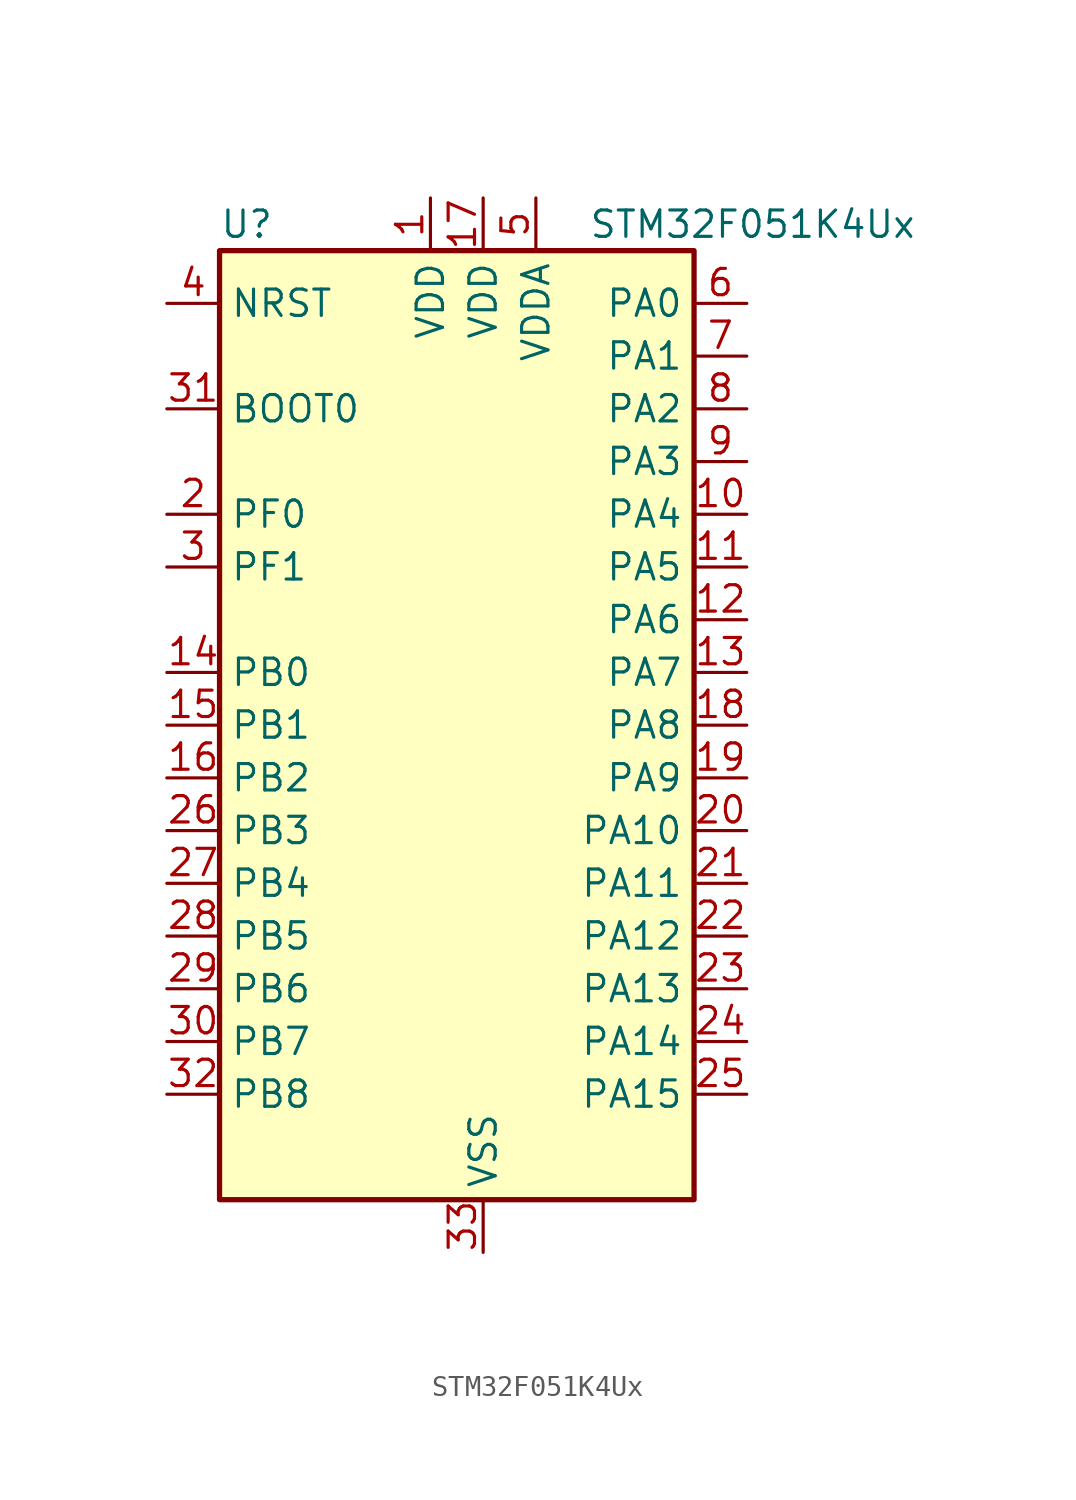
<source format=kicad_sym>
(kicad_symbol_lib
  (version 20220914)
  (generator kicad_symbol_editor)
  (symbol "STM32F051K4Ux"
    (property "Reference" "U"
      (at -10.16 24.13 0)
      (effects (font (size 1.27 1.27)) (justify left)))
    (property "Value" "STM32F051K4Ux"
      (at 7.62 24.13 0)
      (effects (font (size 1.27 1.27)) (justify left)))
    (property "ki_locked" ""
      (at 0 0 0)
      (effects (font (size 1.27 1.27))))
    (symbol "STM32F051K4Ux_0_1"
      (rectangle (start -10.16 -22.86) (end 12.7 22.86) (stroke (width 0.254) (type default)) (fill (type background))))
    (symbol "STM32F051K4Ux_1_1"
      (pin power_in line (at 0 25.4 270) (length 2.54) (name "VDD" (effects (font (size 1.27 1.27)))) (number "1" (effects (font (size 1.27 1.27)))))
      (pin bidirectional line (at 15.24 10.16 180) (length 2.54) (name "PA4" (effects (font (size 1.27 1.27)))) (number "10" (effects (font (size 1.27 1.27)))) (alternate "ADC_IN4" bidirectional line) (alternate "COMP1_INM" bidirectional line) (alternate "COMP2_INM" bidirectional line) (alternate "DAC1_OUT1" bidirectional line) (alternate "I2S1_WS" bidirectional line) (alternate "SPI1_NSS" bidirectional line) (alternate "TIM14_CH1" bidirectional line) (alternate "TSC_G2_IO1" bidirectional line))
      (pin bidirectional line (at 15.24 7.62 180) (length 2.54) (name "PA5" (effects (font (size 1.27 1.27)))) (number "11" (effects (font (size 1.27 1.27)))) (alternate "ADC_IN5" bidirectional line) (alternate "CEC" bidirectional line) (alternate "COMP1_INM" bidirectional line) (alternate "COMP2_INM" bidirectional line) (alternate "I2S1_CK" bidirectional line) (alternate "SPI1_SCK" bidirectional line) (alternate "TIM2_CH1" bidirectional line) (alternate "TIM2_ETR" bidirectional line) (alternate "TSC_G2_IO2" bidirectional line))
      (pin bidirectional line (at 15.24 5.08 180) (length 2.54) (name "PA6" (effects (font (size 1.27 1.27)))) (number "12" (effects (font (size 1.27 1.27)))) (alternate "ADC_IN6" bidirectional line) (alternate "COMP1_OUT" bidirectional line) (alternate "I2S1_MCK" bidirectional line) (alternate "SPI1_MISO" bidirectional line) (alternate "TIM16_CH1" bidirectional line) (alternate "TIM1_BKIN" bidirectional line) (alternate "TIM3_CH1" bidirectional line) (alternate "TSC_G2_IO3" bidirectional line))
      (pin bidirectional line (at 15.24 2.54 180) (length 2.54) (name "PA7" (effects (font (size 1.27 1.27)))) (number "13" (effects (font (size 1.27 1.27)))) (alternate "ADC_IN7" bidirectional line) (alternate "COMP2_OUT" bidirectional line) (alternate "I2S1_SD" bidirectional line) (alternate "SPI1_MOSI" bidirectional line) (alternate "TIM14_CH1" bidirectional line) (alternate "TIM17_CH1" bidirectional line) (alternate "TIM1_CH1N" bidirectional line) (alternate "TIM3_CH2" bidirectional line) (alternate "TSC_G2_IO4" bidirectional line))
      (pin bidirectional line (at -12.7 2.54 0) (length 2.54) (name "PB0" (effects (font (size 1.27 1.27)))) (number "14" (effects (font (size 1.27 1.27)))) (alternate "ADC_IN8" bidirectional line) (alternate "TIM1_CH2N" bidirectional line) (alternate "TIM3_CH3" bidirectional line) (alternate "TSC_G3_IO2" bidirectional line))
      (pin bidirectional line (at -12.7 0 0) (length 2.54) (name "PB1" (effects (font (size 1.27 1.27)))) (number "15" (effects (font (size 1.27 1.27)))) (alternate "ADC_IN9" bidirectional line) (alternate "TIM14_CH1" bidirectional line) (alternate "TIM1_CH3N" bidirectional line) (alternate "TIM3_CH4" bidirectional line) (alternate "TSC_G3_IO3" bidirectional line))
      (pin bidirectional line (at -12.7 -2.54 0) (length 2.54) (name "PB2" (effects (font (size 1.27 1.27)))) (number "16" (effects (font (size 1.27 1.27)))) (alternate "TSC_G3_IO4" bidirectional line))
      (pin power_in line (at 2.54 25.4 270) (length 2.54) (name "VDD" (effects (font (size 1.27 1.27)))) (number "17" (effects (font (size 1.27 1.27)))))
      (pin bidirectional line (at 15.24 0 180) (length 2.54) (name "PA8" (effects (font (size 1.27 1.27)))) (number "18" (effects (font (size 1.27 1.27)))) (alternate "RCC_MCO" bidirectional line) (alternate "TIM1_CH1" bidirectional line) (alternate "USART1_CK" bidirectional line))
      (pin bidirectional line (at 15.24 -2.54 180) (length 2.54) (name "PA9" (effects (font (size 1.27 1.27)))) (number "19" (effects (font (size 1.27 1.27)))) (alternate "DAC1_EXTI9" bidirectional line) (alternate "TIM15_BKIN" bidirectional line) (alternate "TIM1_CH2" bidirectional line) (alternate "TSC_G4_IO1" bidirectional line) (alternate "USART1_TX" bidirectional line))
      (pin bidirectional line (at -12.7 10.16 0) (length 2.54) (name "PF0" (effects (font (size 1.27 1.27)))) (number "2" (effects (font (size 1.27 1.27)))) (alternate "RCC_OSC_IN" bidirectional line))
      (pin bidirectional line (at 15.24 -5.08 180) (length 2.54) (name "PA10" (effects (font (size 1.27 1.27)))) (number "20" (effects (font (size 1.27 1.27)))) (alternate "TIM17_BKIN" bidirectional line) (alternate "TIM1_CH3" bidirectional line) (alternate "TSC_G4_IO2" bidirectional line) (alternate "USART1_RX" bidirectional line))
      (pin bidirectional line (at 15.24 -7.62 180) (length 2.54) (name "PA11" (effects (font (size 1.27 1.27)))) (number "21" (effects (font (size 1.27 1.27)))) (alternate "COMP1_OUT" bidirectional line) (alternate "TIM1_CH4" bidirectional line) (alternate "TSC_G4_IO3" bidirectional line) (alternate "USART1_CTS" bidirectional line))
      (pin bidirectional line (at 15.24 -10.16 180) (length 2.54) (name "PA12" (effects (font (size 1.27 1.27)))) (number "22" (effects (font (size 1.27 1.27)))) (alternate "COMP2_OUT" bidirectional line) (alternate "TIM1_ETR" bidirectional line) (alternate "TSC_G4_IO4" bidirectional line) (alternate "USART1_DE" bidirectional line) (alternate "USART1_RTS" bidirectional line))
      (pin bidirectional line (at 15.24 -12.7 180) (length 2.54) (name "PA13" (effects (font (size 1.27 1.27)))) (number "23" (effects (font (size 1.27 1.27)))) (alternate "IR_OUT" bidirectional line) (alternate "SYS_SWDIO" bidirectional line))
      (pin bidirectional line (at 15.24 -15.24 180) (length 2.54) (name "PA14" (effects (font (size 1.27 1.27)))) (number "24" (effects (font (size 1.27 1.27)))) (alternate "SYS_SWCLK" bidirectional line))
      (pin bidirectional line (at 15.24 -17.78 180) (length 2.54) (name "PA15" (effects (font (size 1.27 1.27)))) (number "25" (effects (font (size 1.27 1.27)))) (alternate "I2S1_WS" bidirectional line) (alternate "SPI1_NSS" bidirectional line) (alternate "TIM2_CH1" bidirectional line) (alternate "TIM2_ETR" bidirectional line))
      (pin bidirectional line (at -12.7 -5.08 0) (length 2.54) (name "PB3" (effects (font (size 1.27 1.27)))) (number "26" (effects (font (size 1.27 1.27)))) (alternate "I2S1_CK" bidirectional line) (alternate "SPI1_SCK" bidirectional line) (alternate "TIM2_CH2" bidirectional line) (alternate "TSC_G5_IO1" bidirectional line))
      (pin bidirectional line (at -12.7 -7.62 0) (length 2.54) (name "PB4" (effects (font (size 1.27 1.27)))) (number "27" (effects (font (size 1.27 1.27)))) (alternate "I2S1_MCK" bidirectional line) (alternate "SPI1_MISO" bidirectional line) (alternate "TIM3_CH1" bidirectional line) (alternate "TSC_G5_IO2" bidirectional line))
      (pin bidirectional line (at -12.7 -10.16 0) (length 2.54) (name "PB5" (effects (font (size 1.27 1.27)))) (number "28" (effects (font (size 1.27 1.27)))) (alternate "I2C1_SMBA" bidirectional line) (alternate "I2S1_SD" bidirectional line) (alternate "SPI1_MOSI" bidirectional line) (alternate "TIM16_BKIN" bidirectional line) (alternate "TIM3_CH2" bidirectional line))
      (pin bidirectional line (at -12.7 -12.7 0) (length 2.54) (name "PB6" (effects (font (size 1.27 1.27)))) (number "29" (effects (font (size 1.27 1.27)))) (alternate "I2C1_SCL" bidirectional line) (alternate "TIM16_CH1N" bidirectional line) (alternate "TSC_G5_IO3" bidirectional line) (alternate "USART1_TX" bidirectional line))
      (pin bidirectional line (at -12.7 7.62 0) (length 2.54) (name "PF1" (effects (font (size 1.27 1.27)))) (number "3" (effects (font (size 1.27 1.27)))) (alternate "RCC_OSC_OUT" bidirectional line))
      (pin bidirectional line (at -12.7 -15.24 0) (length 2.54) (name "PB7" (effects (font (size 1.27 1.27)))) (number "30" (effects (font (size 1.27 1.27)))) (alternate "I2C1_SDA" bidirectional line) (alternate "TIM17_CH1N" bidirectional line) (alternate "TSC_G5_IO4" bidirectional line) (alternate "USART1_RX" bidirectional line))
      (pin input line (at -12.7 15.24 0) (length 2.54) (name "BOOT0" (effects (font (size 1.27 1.27)))) (number "31" (effects (font (size 1.27 1.27)))))
      (pin bidirectional line (at -12.7 -17.78 0) (length 2.54) (name "PB8" (effects (font (size 1.27 1.27)))) (number "32" (effects (font (size 1.27 1.27)))) (alternate "CEC" bidirectional line) (alternate "I2C1_SCL" bidirectional line) (alternate "TIM16_CH1" bidirectional line) (alternate "TSC_SYNC" bidirectional line))
      (pin power_in line (at 2.54 -25.4 90) (length 2.54) (name "VSS" (effects (font (size 1.27 1.27)))) (number "33" (effects (font (size 1.27 1.27)))))
      (pin input line (at -12.7 20.32 0) (length 2.54) (name "NRST" (effects (font (size 1.27 1.27)))) (number "4" (effects (font (size 1.27 1.27)))))
      (pin power_in line (at 5.08 25.4 270) (length 2.54) (name "VDDA" (effects (font (size 1.27 1.27)))) (number "5" (effects (font (size 1.27 1.27)))))
      (pin bidirectional line (at 15.24 20.32 180) (length 2.54) (name "PA0" (effects (font (size 1.27 1.27)))) (number "6" (effects (font (size 1.27 1.27)))) (alternate "ADC_IN0" bidirectional line) (alternate "COMP1_INM" bidirectional line) (alternate "COMP1_OUT" bidirectional line) (alternate "RTC_TAMP2" bidirectional line) (alternate "SYS_WKUP1" bidirectional line) (alternate "TIM2_CH1" bidirectional line) (alternate "TIM2_ETR" bidirectional line) (alternate "TSC_G1_IO1" bidirectional line))
      (pin bidirectional line (at 15.24 17.78 180) (length 2.54) (name "PA1" (effects (font (size 1.27 1.27)))) (number "7" (effects (font (size 1.27 1.27)))) (alternate "ADC_IN1" bidirectional line) (alternate "COMP1_INP" bidirectional line) (alternate "TIM2_CH2" bidirectional line) (alternate "TSC_G1_IO2" bidirectional line))
      (pin bidirectional line (at 15.24 15.24 180) (length 2.54) (name "PA2" (effects (font (size 1.27 1.27)))) (number "8" (effects (font (size 1.27 1.27)))) (alternate "ADC_IN2" bidirectional line) (alternate "COMP2_INM" bidirectional line) (alternate "COMP2_OUT" bidirectional line) (alternate "TIM15_CH1" bidirectional line) (alternate "TIM2_CH3" bidirectional line) (alternate "TSC_G1_IO3" bidirectional line))
      (pin bidirectional line (at 15.24 12.7 180) (length 2.54) (name "PA3" (effects (font (size 1.27 1.27)))) (number "9" (effects (font (size 1.27 1.27)))) (alternate "ADC_IN3" bidirectional line) (alternate "COMP2_INP" bidirectional line) (alternate "TIM15_CH2" bidirectional line) (alternate "TIM2_CH4" bidirectional line) (alternate "TSC_G1_IO4" bidirectional line)))))
</source>
